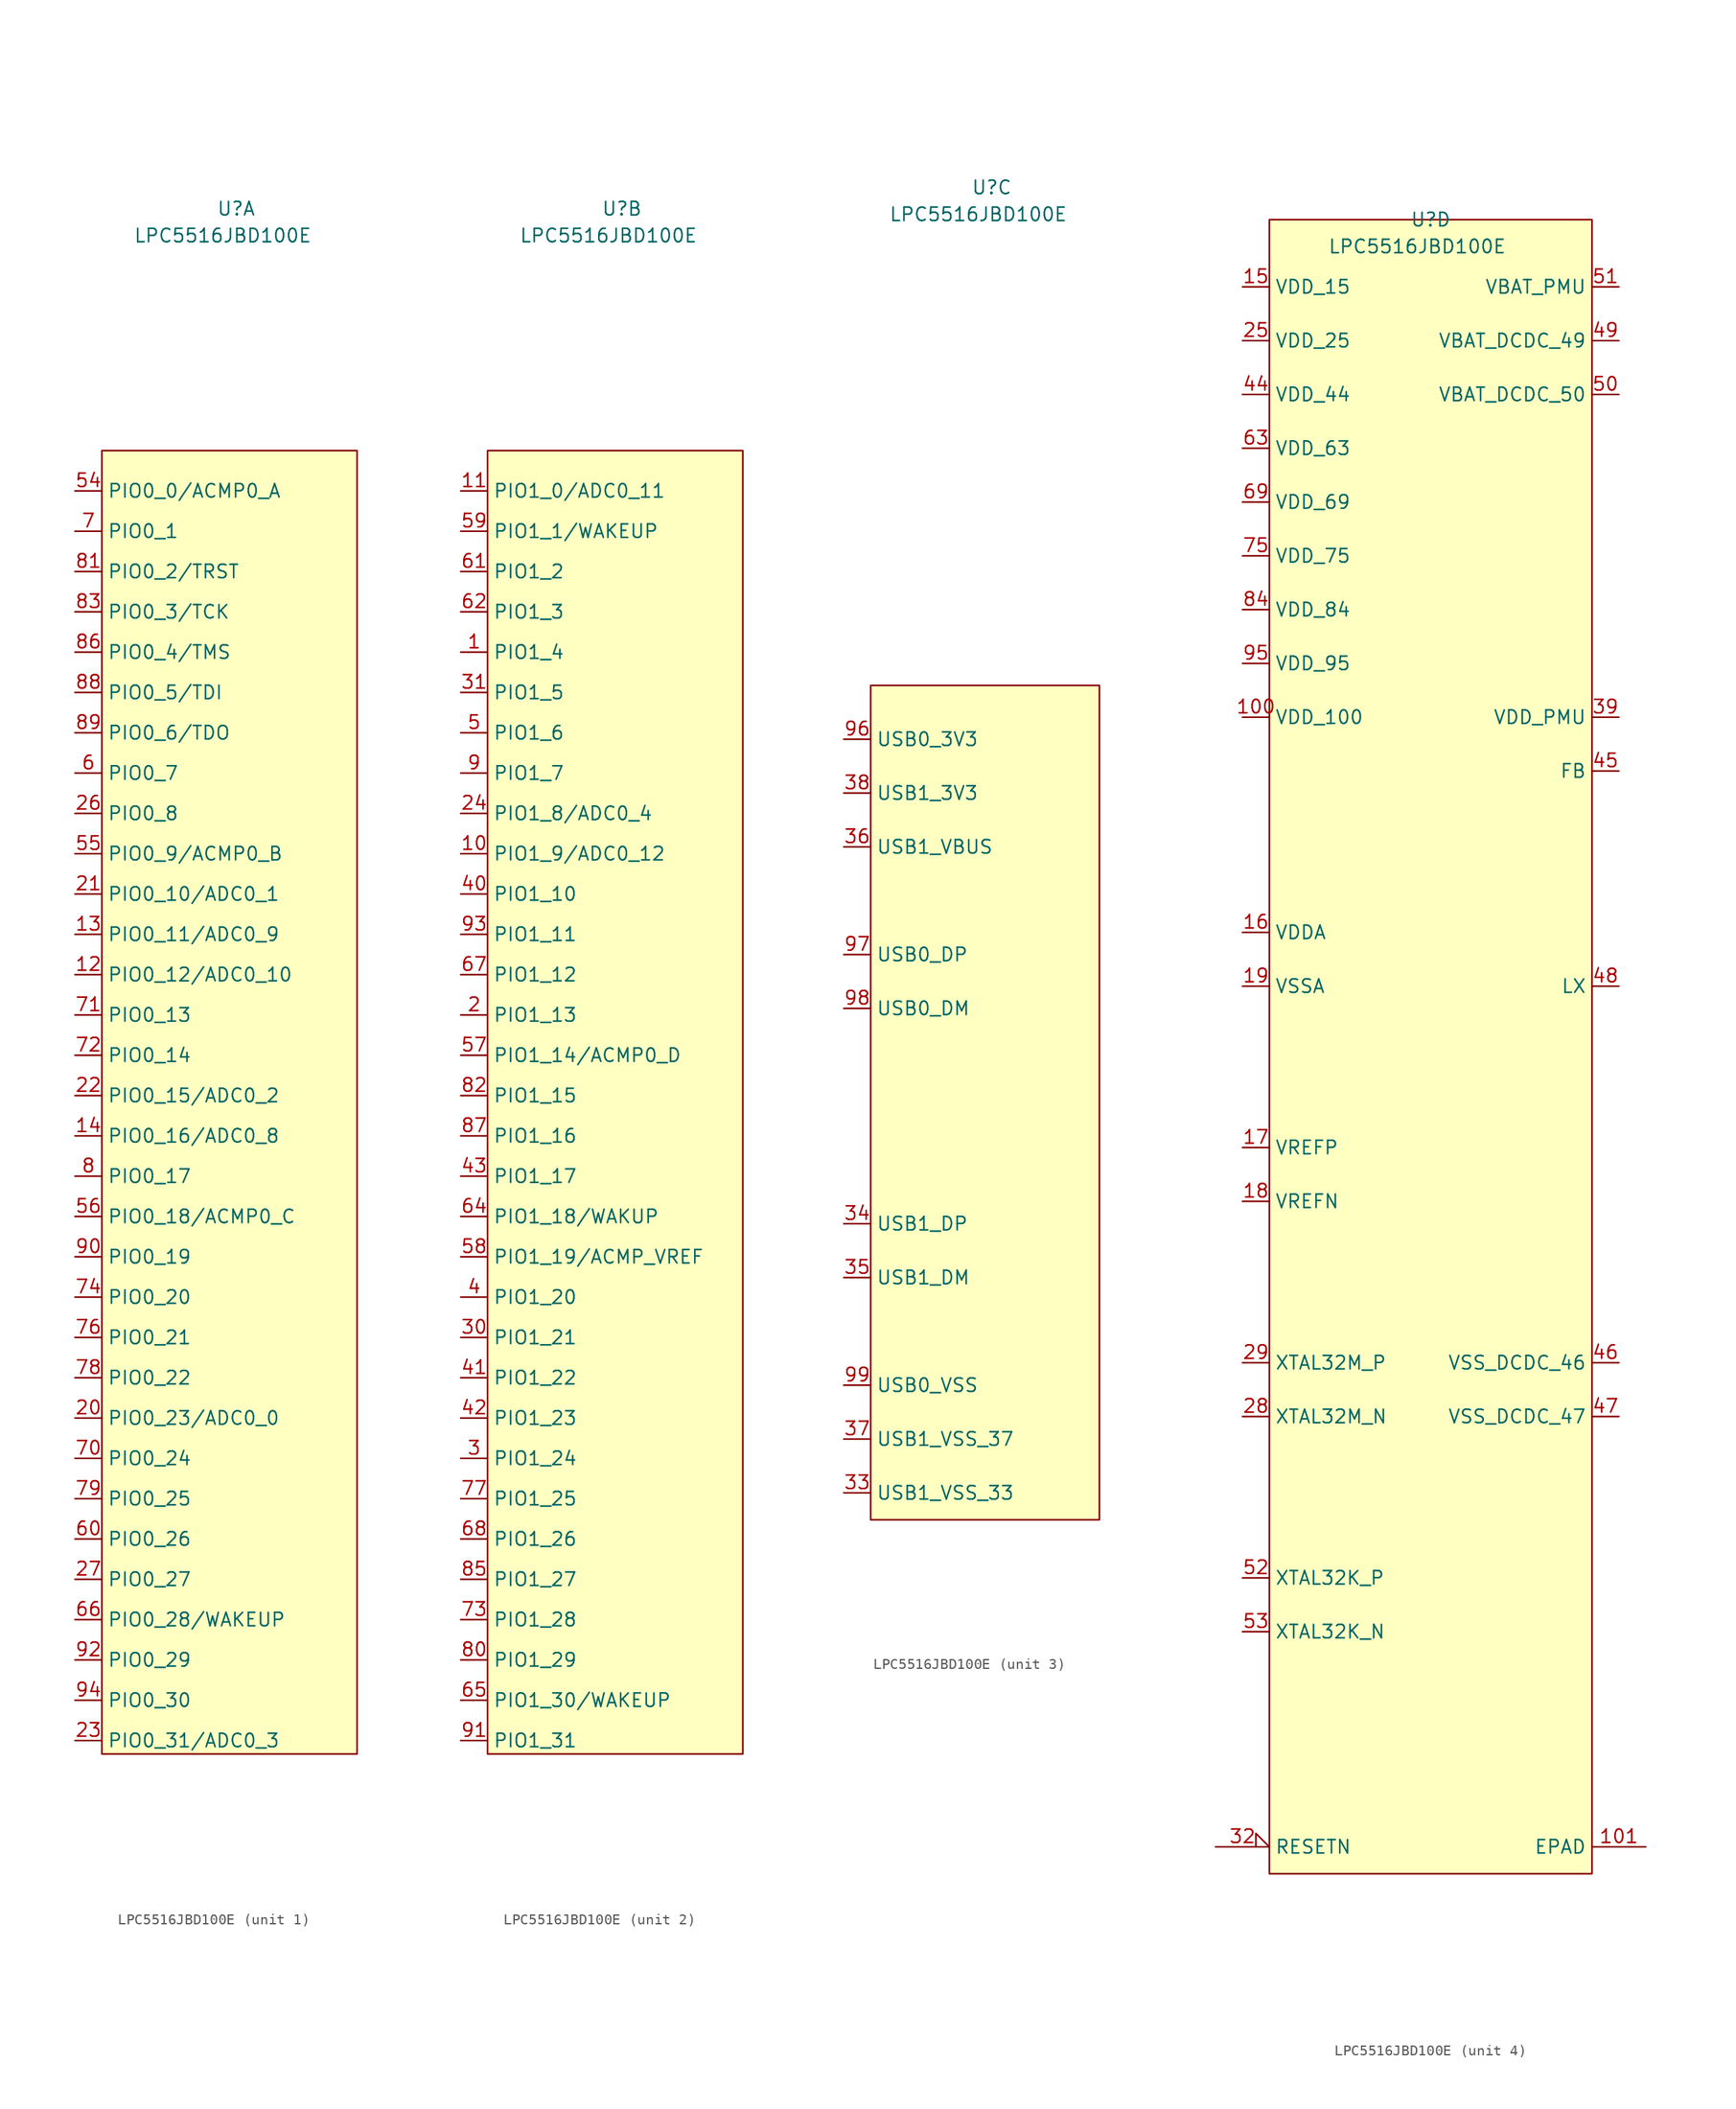
<source format=kicad_sym>
(kicad_symbol_lib
  (version 20220914)
  (generator kicad_symbol_editor)
  (symbol "LPC5516JBD100E"
    (property "Reference" "U"
      (at 0 87.63 0)
      (effects (font (size 1.27 1.27))))
    (property "Value" "LPC5516JBD100E"
      (at -1.27 85.09 0)
      (effects (font (size 1.27 1.27))))
    (property "ki_locked" ""
      (at 0 0 0)
      (effects (font (size 1.27 1.27))))
    (symbol "LPC5516JBD100E_1_0"
      (pin bidirectional line (at -15.24 15.24 0) (length 2.54) (name "PIO0_12/ADC0_10" (effects (font (size 1.27 1.27)))) (number "12" (effects (font (size 1.27 1.27)))))
      (pin bidirectional line (at -15.24 19.05 0) (length 2.54) (name "PIO0_11/ADC0_9" (effects (font (size 1.27 1.27)))) (number "13" (effects (font (size 1.27 1.27)))))
      (pin bidirectional line (at -15.24 0 0) (length 2.54) (name "PIO0_16/ADC0_8" (effects (font (size 1.27 1.27)))) (number "14" (effects (font (size 1.27 1.27)))))
      (pin bidirectional line (at -15.24 -26.67 0) (length 2.54) (name "PIO0_23/ADC0_0" (effects (font (size 1.27 1.27)))) (number "20" (effects (font (size 1.27 1.27)))))
      (pin bidirectional line (at -15.24 22.86 0) (length 2.54) (name "PIO0_10/ADC0_1" (effects (font (size 1.27 1.27)))) (number "21" (effects (font (size 1.27 1.27)))))
      (pin bidirectional line (at -15.24 3.81 0) (length 2.54) (name "PIO0_15/ADC0_2" (effects (font (size 1.27 1.27)))) (number "22" (effects (font (size 1.27 1.27)))))
      (pin bidirectional line (at -15.24 -57.15 0) (length 2.54) (name "PIO0_31/ADC0_3" (effects (font (size 1.27 1.27)))) (number "23" (effects (font (size 1.27 1.27)))))
      (pin bidirectional line (at -15.24 30.48 0) (length 2.54) (name "PIO0_8" (effects (font (size 1.27 1.27)))) (number "26" (effects (font (size 1.27 1.27)))))
      (pin bidirectional line (at -15.24 -41.91 0) (length 2.54) (name "PIO0_27" (effects (font (size 1.27 1.27)))) (number "27" (effects (font (size 1.27 1.27)))))
      (pin bidirectional line (at -15.24 60.96 0) (length 2.54) (name "PIO0_0/ACMP0_A" (effects (font (size 1.27 1.27)))) (number "54" (effects (font (size 1.27 1.27)))))
      (pin bidirectional line (at -15.24 26.67 0) (length 2.54) (name "PIO0_9/ACMP0_B" (effects (font (size 1.27 1.27)))) (number "55" (effects (font (size 1.27 1.27)))))
      (pin bidirectional line (at -15.24 -7.62 0) (length 2.54) (name "PIO0_18/ACMP0_C" (effects (font (size 1.27 1.27)))) (number "56" (effects (font (size 1.27 1.27)))))
      (pin bidirectional line (at -15.24 34.29 0) (length 2.54) (name "PIO0_7" (effects (font (size 1.27 1.27)))) (number "6" (effects (font (size 1.27 1.27)))))
      (pin bidirectional line (at -15.24 -38.1 0) (length 2.54) (name "PIO0_26" (effects (font (size 1.27 1.27)))) (number "60" (effects (font (size 1.27 1.27)))))
      (pin bidirectional line (at -15.24 -45.72 0) (length 2.54) (name "PIO0_28/WAKEUP" (effects (font (size 1.27 1.27)))) (number "66" (effects (font (size 1.27 1.27)))))
      (pin bidirectional line (at -15.24 57.15 0) (length 2.54) (name "PIO0_1" (effects (font (size 1.27 1.27)))) (number "7" (effects (font (size 1.27 1.27)))))
      (pin bidirectional line (at -15.24 -30.48 0) (length 2.54) (name "PIO0_24" (effects (font (size 1.27 1.27)))) (number "70" (effects (font (size 1.27 1.27)))))
      (pin bidirectional line (at -15.24 11.43 0) (length 2.54) (name "PIO0_13" (effects (font (size 1.27 1.27)))) (number "71" (effects (font (size 1.27 1.27)))))
      (pin bidirectional line (at -15.24 7.62 0) (length 2.54) (name "PIO0_14" (effects (font (size 1.27 1.27)))) (number "72" (effects (font (size 1.27 1.27)))))
      (pin bidirectional line (at -15.24 -15.24 0) (length 2.54) (name "PIO0_20" (effects (font (size 1.27 1.27)))) (number "74" (effects (font (size 1.27 1.27)))))
      (pin bidirectional line (at -15.24 -19.05 0) (length 2.54) (name "PIO0_21" (effects (font (size 1.27 1.27)))) (number "76" (effects (font (size 1.27 1.27)))))
      (pin bidirectional line (at -15.24 -22.86 0) (length 2.54) (name "PIO0_22" (effects (font (size 1.27 1.27)))) (number "78" (effects (font (size 1.27 1.27)))))
      (pin bidirectional line (at -15.24 -34.29 0) (length 2.54) (name "PIO0_25" (effects (font (size 1.27 1.27)))) (number "79" (effects (font (size 1.27 1.27)))))
      (pin bidirectional line (at -15.24 -3.81 0) (length 2.54) (name "PIO0_17" (effects (font (size 1.27 1.27)))) (number "8" (effects (font (size 1.27 1.27)))))
      (pin bidirectional line (at -15.24 53.34 0) (length 2.54) (name "PIO0_2/TRST" (effects (font (size 1.27 1.27)))) (number "81" (effects (font (size 1.27 1.27)))))
      (pin bidirectional line (at -15.24 49.53 0) (length 2.54) (name "PIO0_3/TCK" (effects (font (size 1.27 1.27)))) (number "83" (effects (font (size 1.27 1.27)))))
      (pin bidirectional line (at -15.24 45.72 0) (length 2.54) (name "PIO0_4/TMS" (effects (font (size 1.27 1.27)))) (number "86" (effects (font (size 1.27 1.27)))))
      (pin bidirectional line (at -15.24 41.91 0) (length 2.54) (name "PIO0_5/TDI" (effects (font (size 1.27 1.27)))) (number "88" (effects (font (size 1.27 1.27)))))
      (pin bidirectional line (at -15.24 38.1 0) (length 2.54) (name "PIO0_6/TDO" (effects (font (size 1.27 1.27)))) (number "89" (effects (font (size 1.27 1.27)))))
      (pin bidirectional line (at -15.24 -11.43 0) (length 2.54) (name "PIO0_19" (effects (font (size 1.27 1.27)))) (number "90" (effects (font (size 1.27 1.27)))))
      (pin bidirectional line (at -15.24 -49.53 0) (length 2.54) (name "PIO0_29" (effects (font (size 1.27 1.27)))) (number "92" (effects (font (size 1.27 1.27)))))
      (pin bidirectional line (at -15.24 -53.34 0) (length 2.54) (name "PIO0_30" (effects (font (size 1.27 1.27)))) (number "94" (effects (font (size 1.27 1.27))))))
    (symbol "LPC5516JBD100E_1_1"
      (rectangle (start -12.7 64.77) (end 11.43 -58.42) (stroke (width 0) (type default)) (fill (type background))))
    (symbol "LPC5516JBD100E_2_0"
      (pin bidirectional line (at -15.24 45.72 0) (length 2.54) (name "PIO1_4" (effects (font (size 1.27 1.27)))) (number "1" (effects (font (size 1.27 1.27)))))
      (pin bidirectional line (at -15.24 26.67 0) (length 2.54) (name "PIO1_9/ADC0_12" (effects (font (size 1.27 1.27)))) (number "10" (effects (font (size 1.27 1.27)))))
      (pin bidirectional line (at -15.24 60.96 0) (length 2.54) (name "PIO1_0/ADC0_11" (effects (font (size 1.27 1.27)))) (number "11" (effects (font (size 1.27 1.27)))))
      (pin bidirectional line (at -15.24 11.43 0) (length 2.54) (name "PIO1_13" (effects (font (size 1.27 1.27)))) (number "2" (effects (font (size 1.27 1.27)))))
      (pin bidirectional line (at -15.24 30.48 0) (length 2.54) (name "PIO1_8/ADC0_4" (effects (font (size 1.27 1.27)))) (number "24" (effects (font (size 1.27 1.27)))))
      (pin bidirectional line (at -15.24 -30.48 0) (length 2.54) (name "PIO1_24" (effects (font (size 1.27 1.27)))) (number "3" (effects (font (size 1.27 1.27)))))
      (pin bidirectional line (at -15.24 -19.05 0) (length 2.54) (name "PIO1_21" (effects (font (size 1.27 1.27)))) (number "30" (effects (font (size 1.27 1.27)))))
      (pin bidirectional line (at -15.24 41.91 0) (length 2.54) (name "PIO1_5" (effects (font (size 1.27 1.27)))) (number "31" (effects (font (size 1.27 1.27)))))
      (pin bidirectional line (at -15.24 -15.24 0) (length 2.54) (name "PIO1_20" (effects (font (size 1.27 1.27)))) (number "4" (effects (font (size 1.27 1.27)))))
      (pin bidirectional line (at -15.24 22.86 0) (length 2.54) (name "PIO1_10" (effects (font (size 1.27 1.27)))) (number "40" (effects (font (size 1.27 1.27)))))
      (pin bidirectional line (at -15.24 -22.86 0) (length 2.54) (name "PIO1_22" (effects (font (size 1.27 1.27)))) (number "41" (effects (font (size 1.27 1.27)))))
      (pin bidirectional line (at -15.24 -26.67 0) (length 2.54) (name "PIO1_23" (effects (font (size 1.27 1.27)))) (number "42" (effects (font (size 1.27 1.27)))))
      (pin bidirectional line (at -15.24 -3.81 0) (length 2.54) (name "PIO1_17" (effects (font (size 1.27 1.27)))) (number "43" (effects (font (size 1.27 1.27)))))
      (pin bidirectional line (at -15.24 38.1 0) (length 2.54) (name "PIO1_6" (effects (font (size 1.27 1.27)))) (number "5" (effects (font (size 1.27 1.27)))))
      (pin bidirectional line (at -15.24 7.62 0) (length 2.54) (name "PIO1_14/ACMP0_D" (effects (font (size 1.27 1.27)))) (number "57" (effects (font (size 1.27 1.27)))))
      (pin bidirectional line (at -15.24 -11.43 0) (length 2.54) (name "PIO1_19/ACMP_VREF" (effects (font (size 1.27 1.27)))) (number "58" (effects (font (size 1.27 1.27)))))
      (pin bidirectional line (at -15.24 57.15 0) (length 2.54) (name "PIO1_1/WAKEUP" (effects (font (size 1.27 1.27)))) (number "59" (effects (font (size 1.27 1.27)))))
      (pin bidirectional line (at -15.24 53.34 0) (length 2.54) (name "PIO1_2" (effects (font (size 1.27 1.27)))) (number "61" (effects (font (size 1.27 1.27)))))
      (pin bidirectional line (at -15.24 49.53 0) (length 2.54) (name "PIO1_3" (effects (font (size 1.27 1.27)))) (number "62" (effects (font (size 1.27 1.27)))))
      (pin bidirectional line (at -15.24 -7.62 0) (length 2.54) (name "PIO1_18/WAKUP" (effects (font (size 1.27 1.27)))) (number "64" (effects (font (size 1.27 1.27)))))
      (pin bidirectional line (at -15.24 -53.34 0) (length 2.54) (name "PIO1_30/WAKEUP" (effects (font (size 1.27 1.27)))) (number "65" (effects (font (size 1.27 1.27)))))
      (pin bidirectional line (at -15.24 15.24 0) (length 2.54) (name "PIO1_12" (effects (font (size 1.27 1.27)))) (number "67" (effects (font (size 1.27 1.27)))))
      (pin bidirectional line (at -15.24 -38.1 0) (length 2.54) (name "PIO1_26" (effects (font (size 1.27 1.27)))) (number "68" (effects (font (size 1.27 1.27)))))
      (pin bidirectional line (at -15.24 -45.72 0) (length 2.54) (name "PIO1_28" (effects (font (size 1.27 1.27)))) (number "73" (effects (font (size 1.27 1.27)))))
      (pin bidirectional line (at -15.24 -34.29 0) (length 2.54) (name "PIO1_25" (effects (font (size 1.27 1.27)))) (number "77" (effects (font (size 1.27 1.27)))))
      (pin bidirectional line (at -15.24 -49.53 0) (length 2.54) (name "PIO1_29" (effects (font (size 1.27 1.27)))) (number "80" (effects (font (size 1.27 1.27)))))
      (pin bidirectional line (at -15.24 3.81 0) (length 2.54) (name "PIO1_15" (effects (font (size 1.27 1.27)))) (number "82" (effects (font (size 1.27 1.27)))))
      (pin bidirectional line (at -15.24 -41.91 0) (length 2.54) (name "PIO1_27" (effects (font (size 1.27 1.27)))) (number "85" (effects (font (size 1.27 1.27)))))
      (pin bidirectional line (at -15.24 0 0) (length 2.54) (name "PIO1_16" (effects (font (size 1.27 1.27)))) (number "87" (effects (font (size 1.27 1.27)))))
      (pin bidirectional line (at -15.24 34.29 0) (length 2.54) (name "PIO1_7" (effects (font (size 1.27 1.27)))) (number "9" (effects (font (size 1.27 1.27)))))
      (pin bidirectional line (at -15.24 -57.15 0) (length 2.54) (name "PIO1_31" (effects (font (size 1.27 1.27)))) (number "91" (effects (font (size 1.27 1.27)))))
      (pin bidirectional line (at -15.24 19.05 0) (length 2.54) (name "PIO1_11" (effects (font (size 1.27 1.27)))) (number "93" (effects (font (size 1.27 1.27))))))
    (symbol "LPC5516JBD100E_2_1"
      (rectangle (start -12.7 64.77) (end 11.43 -58.42) (stroke (width 0) (type default)) (fill (type background))))
    (symbol "LPC5516JBD100E_3_0"
      (pin bidirectional line (at -13.97 -35.56 0) (length 2.54) (name "USB1_VSS_33" (effects (font (size 1.27 1.27)))) (number "33" (effects (font (size 1.27 1.27)))))
      (pin bidirectional line (at -13.97 -10.16 0) (length 2.54) (name "USB1_DP" (effects (font (size 1.27 1.27)))) (number "34" (effects (font (size 1.27 1.27)))))
      (pin bidirectional line (at -13.97 -15.24 0) (length 2.54) (name "USB1_DM" (effects (font (size 1.27 1.27)))) (number "35" (effects (font (size 1.27 1.27)))))
      (pin power_in line (at -13.97 25.4 0) (length 2.54) (name "USB1_VBUS" (effects (font (size 1.27 1.27)))) (number "36" (effects (font (size 1.27 1.27)))))
      (pin bidirectional line (at -13.97 -30.48 0) (length 2.54) (name "USB1_VSS_37" (effects (font (size 1.27 1.27)))) (number "37" (effects (font (size 1.27 1.27)))))
      (pin power_in line (at -13.97 30.48 0) (length 2.54) (name "USB1_3V3" (effects (font (size 1.27 1.27)))) (number "38" (effects (font (size 1.27 1.27)))))
      (pin power_in line (at -13.97 35.56 0) (length 2.54) (name "USB0_3V3" (effects (font (size 1.27 1.27)))) (number "96" (effects (font (size 1.27 1.27)))))
      (pin bidirectional line (at -13.97 15.24 0) (length 2.54) (name "USB0_DP" (effects (font (size 1.27 1.27)))) (number "97" (effects (font (size 1.27 1.27)))))
      (pin bidirectional line (at -13.97 10.16 0) (length 2.54) (name "USB0_DM" (effects (font (size 1.27 1.27)))) (number "98" (effects (font (size 1.27 1.27)))))
      (pin bidirectional line (at -13.97 -25.4 0) (length 2.54) (name "USB0_VSS" (effects (font (size 1.27 1.27)))) (number "99" (effects (font (size 1.27 1.27))))))
    (symbol "LPC5516JBD100E_3_1"
      (rectangle (start -11.43 40.64) (end 10.16 -38.1) (stroke (width 0) (type default)) (fill (type background))))
    (symbol "LPC5516JBD100E_4_0"
      (pin power_in line (at -17.78 40.64 0) (length 2.54) (name "VDD_100" (effects (font (size 1.27 1.27)))) (number "100" (effects (font (size 1.27 1.27)))))
      (pin bidirectional line (at 20.32 -66.04 180) (length 5.08) (name "EPAD" (effects (font (size 1.27 1.27)))) (number "101" (effects (font (size 1.27 1.27)))))
      (pin power_in line (at -17.78 81.28 0) (length 2.54) (name "VDD_15" (effects (font (size 1.27 1.27)))) (number "15" (effects (font (size 1.27 1.27)))))
      (pin power_in line (at -17.78 20.32 0) (length 2.54) (name "VDDA" (effects (font (size 1.27 1.27)))) (number "16" (effects (font (size 1.27 1.27)))))
      (pin power_in line (at -17.78 0 0) (length 2.54) (name "VREFP" (effects (font (size 1.27 1.27)))) (number "17" (effects (font (size 1.27 1.27)))))
      (pin power_in line (at -17.78 -5.08 0) (length 2.54) (name "VREFN" (effects (font (size 1.27 1.27)))) (number "18" (effects (font (size 1.27 1.27)))))
      (pin power_in line (at -17.78 15.24 0) (length 2.54) (name "VSSA" (effects (font (size 1.27 1.27)))) (number "19" (effects (font (size 1.27 1.27)))))
      (pin power_in line (at -17.78 76.2 0) (length 2.54) (name "VDD_25" (effects (font (size 1.27 1.27)))) (number "25" (effects (font (size 1.27 1.27)))))
      (pin bidirectional line (at -17.78 -25.4 0) (length 2.54) (name "XTAL32M_N" (effects (font (size 1.27 1.27)))) (number "28" (effects (font (size 1.27 1.27)))))
      (pin bidirectional line (at -17.78 -20.32 0) (length 2.54) (name "XTAL32M_P" (effects (font (size 1.27 1.27)))) (number "29" (effects (font (size 1.27 1.27)))))
      (pin bidirectional input_low (at -20.32 -66.04 0) (length 5.08) (name "RESETN" (effects (font (size 1.27 1.27)))) (number "32" (effects (font (size 1.27 1.27)))))
      (pin power_in line (at 17.78 40.64 180) (length 2.54) (name "VDD_PMU" (effects (font (size 1.27 1.27)))) (number "39" (effects (font (size 1.27 1.27)))))
      (pin power_in line (at -17.78 71.12 0) (length 2.54) (name "VDD_44" (effects (font (size 1.27 1.27)))) (number "44" (effects (font (size 1.27 1.27)))))
      (pin power_in line (at 17.78 35.56 180) (length 2.54) (name "FB" (effects (font (size 1.27 1.27)))) (number "45" (effects (font (size 1.27 1.27)))))
      (pin bidirectional line (at 17.78 -20.32 180) (length 2.54) (name "VSS_DCDC_46" (effects (font (size 1.27 1.27)))) (number "46" (effects (font (size 1.27 1.27)))))
      (pin bidirectional line (at 17.78 -25.4 180) (length 2.54) (name "VSS_DCDC_47" (effects (font (size 1.27 1.27)))) (number "47" (effects (font (size 1.27 1.27)))))
      (pin power_out line (at 17.78 15.24 180) (length 2.54) (name "LX" (effects (font (size 1.27 1.27)))) (number "48" (effects (font (size 1.27 1.27)))))
      (pin power_in line (at 17.78 76.2 180) (length 2.54) (name "VBAT_DCDC_49" (effects (font (size 1.27 1.27)))) (number "49" (effects (font (size 1.27 1.27)))))
      (pin power_in line (at 17.78 71.12 180) (length 2.54) (name "VBAT_DCDC_50" (effects (font (size 1.27 1.27)))) (number "50" (effects (font (size 1.27 1.27)))))
      (pin power_out line (at 17.78 81.28 180) (length 2.54) (name "VBAT_PMU" (effects (font (size 1.27 1.27)))) (number "51" (effects (font (size 1.27 1.27)))))
      (pin bidirectional line (at -17.78 -40.64 0) (length 2.54) (name "XTAL32K_P" (effects (font (size 1.27 1.27)))) (number "52" (effects (font (size 1.27 1.27)))))
      (pin bidirectional line (at -17.78 -45.72 0) (length 2.54) (name "XTAL32K_N" (effects (font (size 1.27 1.27)))) (number "53" (effects (font (size 1.27 1.27)))))
      (pin power_in line (at -17.78 66.04 0) (length 2.54) (name "VDD_63" (effects (font (size 1.27 1.27)))) (number "63" (effects (font (size 1.27 1.27)))))
      (pin power_in line (at -17.78 60.96 0) (length 2.54) (name "VDD_69" (effects (font (size 1.27 1.27)))) (number "69" (effects (font (size 1.27 1.27)))))
      (pin power_in line (at -17.78 55.88 0) (length 2.54) (name "VDD_75" (effects (font (size 1.27 1.27)))) (number "75" (effects (font (size 1.27 1.27)))))
      (pin power_in line (at -17.78 50.8 0) (length 2.54) (name "VDD_84" (effects (font (size 1.27 1.27)))) (number "84" (effects (font (size 1.27 1.27)))))
      (pin power_in line (at -17.78 45.72 0) (length 2.54) (name "VDD_95" (effects (font (size 1.27 1.27)))) (number "95" (effects (font (size 1.27 1.27))))))
    (symbol "LPC5516JBD100E_4_1"
      (rectangle (start -15.24 87.63) (end 15.24 -68.58) (stroke (width 0) (type default)) (fill (type background))))))
</source>
